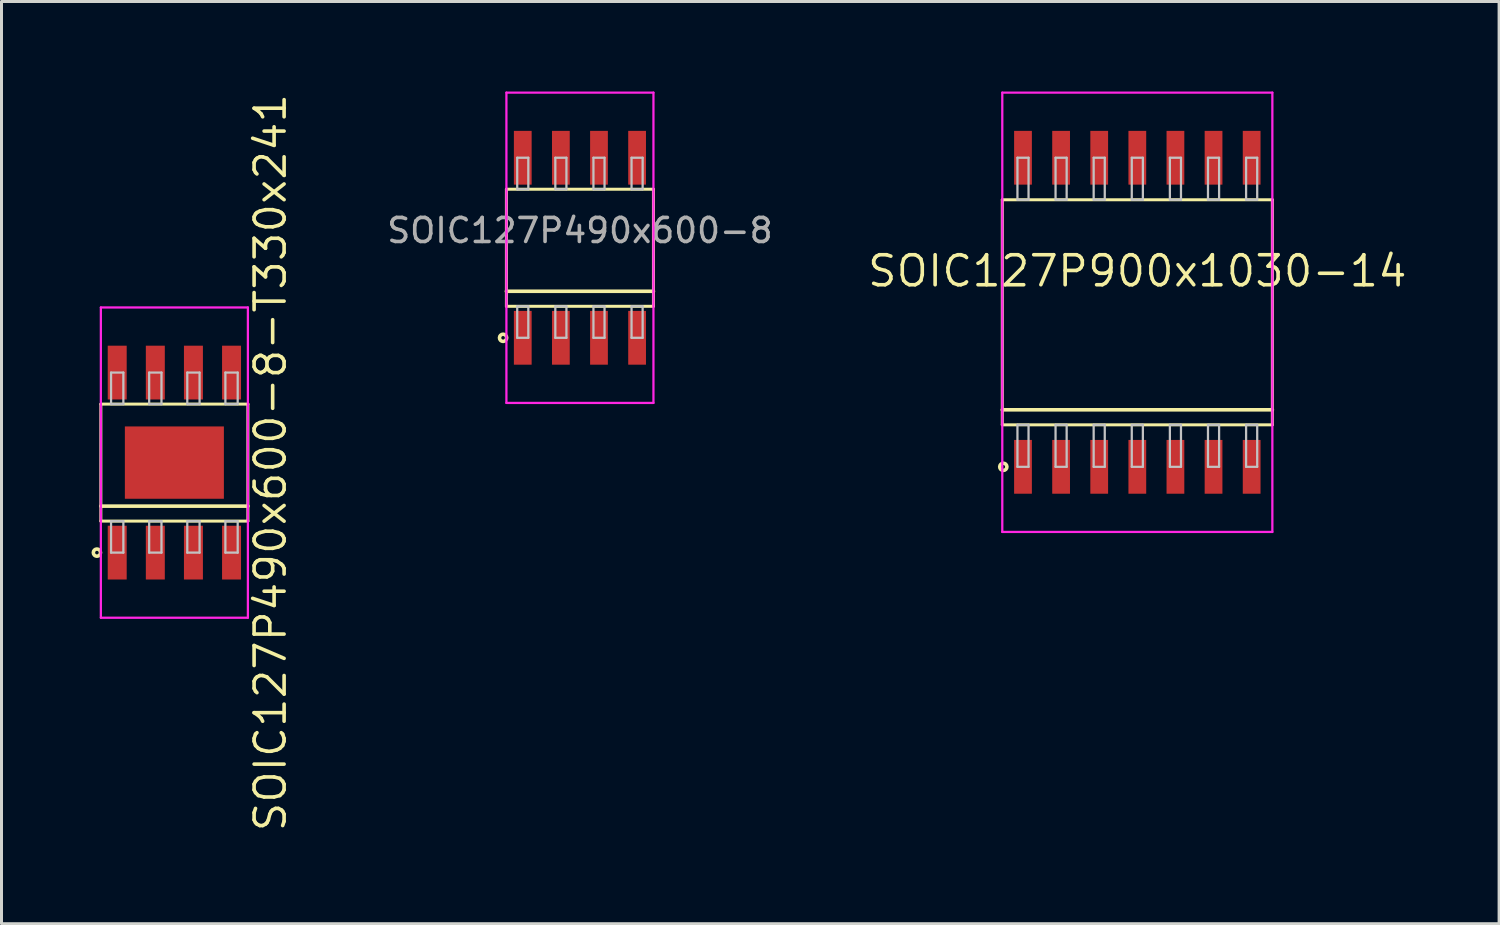
<source format=kicad_pcb>
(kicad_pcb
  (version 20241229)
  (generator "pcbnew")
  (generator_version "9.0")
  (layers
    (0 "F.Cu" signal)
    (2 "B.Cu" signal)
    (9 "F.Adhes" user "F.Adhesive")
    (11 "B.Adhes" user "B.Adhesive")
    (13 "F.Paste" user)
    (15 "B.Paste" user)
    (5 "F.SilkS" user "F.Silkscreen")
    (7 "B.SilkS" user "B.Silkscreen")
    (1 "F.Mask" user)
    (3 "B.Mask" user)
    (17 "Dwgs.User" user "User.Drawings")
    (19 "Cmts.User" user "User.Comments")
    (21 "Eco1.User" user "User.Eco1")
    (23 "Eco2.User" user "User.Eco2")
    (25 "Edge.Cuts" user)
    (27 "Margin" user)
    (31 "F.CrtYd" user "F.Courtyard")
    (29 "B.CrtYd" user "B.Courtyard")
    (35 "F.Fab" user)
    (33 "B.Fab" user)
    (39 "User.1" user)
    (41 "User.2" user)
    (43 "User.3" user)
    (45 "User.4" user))
  (footprint "SOIC127P900x1030-14"
    (layer "F.Cu")
    (at 34.851 7.357)
    (property "Reference" "SOIC127P900x1030-14" (at 0 -1.375 0) (layer "F.SilkS") (effects (font (size 1 1) (thickness 0.12))))
    (attr through_hole)
    (fp_line (start -4.5 -3.75) (end -4.5 3.75) (stroke (width 0.1) (type solid)) (layer "F.SilkS"))
    (fp_line (start -4.5 3.25) (end 4.5 3.25) (stroke (width 0.12) (type solid)) (layer "F.SilkS"))
    (fp_line (start -4.5 3.75) (end 4.5 3.75) (stroke (width 0.1) (type solid)) (layer "F.SilkS"))
    (fp_line (start 4.5 -3.75) (end -4.5 -3.75) (stroke (width 0.1) (type solid)) (layer "F.SilkS"))
    (fp_line (start 4.5 3.75) (end 4.5 -3.75) (stroke (width 0.1) (type solid)) (layer "F.SilkS"))
    (fp_circle (center -4.466 5.15) (end -4.346 5.15) (stroke (width 0.12) (type solid)) (fill no) (layer "F.SilkS"))
    (fp_line (start -3.995 -5.15) (end -3.995 -3.75) (stroke (width 0.075) (type solid)) (layer "Dwgs.User"))
    (fp_line (start -3.995 -3.75) (end -3.625 -3.75) (stroke (width 0.075) (type solid)) (layer "Dwgs.User"))
    (fp_line (start -3.995 3.75) (end -3.625 3.75) (stroke (width 0.075) (type solid)) (layer "Dwgs.User"))
    (fp_line (start -3.995 5.15) (end -3.995 3.75) (stroke (width 0.075) (type solid)) (layer "Dwgs.User"))
    (fp_line (start -3.625 -5.15) (end -3.995 -5.15) (stroke (width 0.075) (type solid)) (layer "Dwgs.User"))
    (fp_line (start -3.625 -3.75) (end -3.625 -5.15) (stroke (width 0.075) (type solid)) (layer "Dwgs.User"))
    (fp_line (start -3.625 3.75) (end -3.625 5.15) (stroke (width 0.075) (type solid)) (layer "Dwgs.User"))
    (fp_line (start -3.625 5.15) (end -3.995 5.15) (stroke (width 0.075) (type solid)) (layer "Dwgs.User"))
    (fp_line (start -2.725 -5.15) (end -2.725 -3.75) (stroke (width 0.075) (type solid)) (layer "Dwgs.User"))
    (fp_line (start -2.725 -3.75) (end -2.355 -3.75) (stroke (width 0.075) (type solid)) (layer "Dwgs.User"))
    (fp_line (start -2.725 3.75) (end -2.355 3.75) (stroke (width 0.075) (type solid)) (layer "Dwgs.User"))
    (fp_line (start -2.725 5.15) (end -2.725 3.75) (stroke (width 0.075) (type solid)) (layer "Dwgs.User"))
    (fp_line (start -2.355 -5.15) (end -2.725 -5.15) (stroke (width 0.075) (type solid)) (layer "Dwgs.User"))
    (fp_line (start -2.355 -3.75) (end -2.355 -5.15) (stroke (width 0.075) (type solid)) (layer "Dwgs.User"))
    (fp_line (start -2.355 3.75) (end -2.355 5.15) (stroke (width 0.075) (type solid)) (layer "Dwgs.User"))
    (fp_line (start -2.355 5.15) (end -2.725 5.15) (stroke (width 0.075) (type solid)) (layer "Dwgs.User"))
    (fp_line (start -1.455 -5.15) (end -1.455 -3.75) (stroke (width 0.075) (type solid)) (layer "Dwgs.User"))
    (fp_line (start -1.455 -3.75) (end -1.085 -3.75) (stroke (width 0.075) (type solid)) (layer "Dwgs.User"))
    (fp_line (start -1.455 3.75) (end -1.085 3.75) (stroke (width 0.075) (type solid)) (layer "Dwgs.User"))
    (fp_line (start -1.455 5.15) (end -1.455 3.75) (stroke (width 0.075) (type solid)) (layer "Dwgs.User"))
    (fp_line (start -1.085 -5.15) (end -1.455 -5.15) (stroke (width 0.075) (type solid)) (layer "Dwgs.User"))
    (fp_line (start -1.085 -3.75) (end -1.085 -5.15) (stroke (width 0.075) (type solid)) (layer "Dwgs.User"))
    (fp_line (start -1.085 3.75) (end -1.085 5.15) (stroke (width 0.075) (type solid)) (layer "Dwgs.User"))
    (fp_line (start -1.085 5.15) (end -1.455 5.15) (stroke (width 0.075) (type solid)) (layer "Dwgs.User"))
    (fp_line (start -0.185 -5.15) (end -0.185 -3.75) (stroke (width 0.075) (type solid)) (layer "Dwgs.User"))
    (fp_line (start -0.185 -3.75) (end 0.185 -3.75) (stroke (width 0.075) (type solid)) (layer "Dwgs.User"))
    (fp_line (start -0.185 3.75) (end 0.185 3.75) (stroke (width 0.075) (type solid)) (layer "Dwgs.User"))
    (fp_line (start -0.185 5.15) (end -0.185 3.75) (stroke (width 0.075) (type solid)) (layer "Dwgs.User"))
    (fp_line (start 0.185 -5.15) (end -0.185 -5.15) (stroke (width 0.075) (type solid)) (layer "Dwgs.User"))
    (fp_line (start 0.185 -3.75) (end 0.185 -5.15) (stroke (width 0.075) (type solid)) (layer "Dwgs.User"))
    (fp_line (start 0.185 3.75) (end 0.185 5.15) (stroke (width 0.075) (type solid)) (layer "Dwgs.User"))
    (fp_line (start 0.185 5.15) (end -0.185 5.15) (stroke (width 0.075) (type solid)) (layer "Dwgs.User"))
    (fp_line (start 1.085 -5.15) (end 1.085 -3.75) (stroke (width 0.075) (type solid)) (layer "Dwgs.User"))
    (fp_line (start 1.085 -3.75) (end 1.455 -3.75) (stroke (width 0.075) (type solid)) (layer "Dwgs.User"))
    (fp_line (start 1.085 3.75) (end 1.455 3.75) (stroke (width 0.075) (type solid)) (layer "Dwgs.User"))
    (fp_line (start 1.085 5.15) (end 1.085 3.75) (stroke (width 0.075) (type solid)) (layer "Dwgs.User"))
    (fp_line (start 1.455 -5.15) (end 1.085 -5.15) (stroke (width 0.075) (type solid)) (layer "Dwgs.User"))
    (fp_line (start 1.455 -3.75) (end 1.455 -5.15) (stroke (width 0.075) (type solid)) (layer "Dwgs.User"))
    (fp_line (start 1.455 3.75) (end 1.455 5.15) (stroke (width 0.075) (type solid)) (layer "Dwgs.User"))
    (fp_line (start 1.455 5.15) (end 1.085 5.15) (stroke (width 0.075) (type solid)) (layer "Dwgs.User"))
    (fp_line (start 2.355 -5.15) (end 2.355 -3.75) (stroke (width 0.075) (type solid)) (layer "Dwgs.User"))
    (fp_line (start 2.355 -3.75) (end 2.725 -3.75) (stroke (width 0.075) (type solid)) (layer "Dwgs.User"))
    (fp_line (start 2.355 3.75) (end 2.725 3.75) (stroke (width 0.075) (type solid)) (layer "Dwgs.User"))
    (fp_line (start 2.355 5.15) (end 2.355 3.75) (stroke (width 0.075) (type solid)) (layer "Dwgs.User"))
    (fp_line (start 2.725 -5.15) (end 2.355 -5.15) (stroke (width 0.075) (type solid)) (layer "Dwgs.User"))
    (fp_line (start 2.725 -3.75) (end 2.725 -5.15) (stroke (width 0.075) (type solid)) (layer "Dwgs.User"))
    (fp_line (start 2.725 3.75) (end 2.725 5.15) (stroke (width 0.075) (type solid)) (layer "Dwgs.User"))
    (fp_line (start 2.725 5.15) (end 2.355 5.15) (stroke (width 0.075) (type solid)) (layer "Dwgs.User"))
    (fp_line (start 3.625 -5.15) (end 3.625 -3.75) (stroke (width 0.075) (type solid)) (layer "Dwgs.User"))
    (fp_line (start 3.625 -3.75) (end 3.995 -3.75) (stroke (width 0.075) (type solid)) (layer "Dwgs.User"))
    (fp_line (start 3.625 3.75) (end 3.995 3.75) (stroke (width 0.075) (type solid)) (layer "Dwgs.User"))
    (fp_line (start 3.625 5.15) (end 3.625 3.75) (stroke (width 0.075) (type solid)) (layer "Dwgs.User"))
    (fp_line (start 3.995 -5.15) (end 3.625 -5.15) (stroke (width 0.075) (type solid)) (layer "Dwgs.User"))
    (fp_line (start 3.995 -3.75) (end 3.995 -5.15) (stroke (width 0.075) (type solid)) (layer "Dwgs.User"))
    (fp_line (start 3.995 3.75) (end 3.995 5.15) (stroke (width 0.075) (type solid)) (layer "Dwgs.User"))
    (fp_line (start 3.995 5.15) (end 3.625 5.15) (stroke (width 0.075) (type solid)) (layer "Dwgs.User"))
    (fp_line (start -0.75 0) (end 0.75 0) (stroke (width 0.12) (type solid)) (layer "Eco1.User"))
    (fp_line (start 0 -0.75) (end 0 0.75) (stroke (width 0.12) (type solid)) (layer "Eco1.User"))
    (fp_circle (center 0 0) (end 0.5 0) (stroke (width 0.12) (type solid)) (fill no) (layer "Eco1.User"))
    (fp_line (start -4.5 -7.32) (end -4.5 7.32) (stroke (width 0.075) (type solid)) (layer "F.CrtYd"))
    (fp_line (start -4.5 7.32) (end 4.5 7.32) (stroke (width 0.075) (type solid)) (layer "F.CrtYd"))
    (fp_line (start 4.5 -7.32) (end -4.5 -7.32) (stroke (width 0.075) (type solid)) (layer "F.CrtYd"))
    (fp_line (start 4.5 7.32) (end 4.5 -7.32) (stroke (width 0.075) (type solid)) (layer "F.CrtYd"))
    (pad "1" smd rect (at -3.81 5.15) (size 0.592 1.792) (layers "F.Cu" "F.Mask" "F.Paste"))
    (pad "2" smd rect (at -2.54 5.15) (size 0.592 1.792) (layers "F.Cu" "F.Mask" "F.Paste"))
    (pad "3" smd rect (at -1.27 5.15) (size 0.592 1.792) (layers "F.Cu" "F.Mask" "F.Paste"))
    (pad "4" smd rect (at 0 5.15) (size 0.592 1.792) (layers "F.Cu" "F.Mask" "F.Paste"))
    (pad "5" smd rect (at 1.27 5.15) (size 0.592 1.792) (layers "F.Cu" "F.Mask" "F.Paste"))
    (pad "6" smd rect (at 2.54 5.15) (size 0.592 1.792) (layers "F.Cu" "F.Mask" "F.Paste"))
    (pad "7" smd rect (at 3.81 5.15) (size 0.592 1.792) (layers "F.Cu" "F.Mask" "F.Paste"))
    (pad "8" smd rect (at 3.81 -5.15) (size 0.592 1.792) (layers "F.Cu" "F.Mask" "F.Paste"))
    (pad "9" smd rect (at 2.54 -5.15) (size 0.592 1.792) (layers "F.Cu" "F.Mask" "F.Paste"))
    (pad "10" smd rect (at 1.27 -5.15) (size 0.592 1.792) (layers "F.Cu" "F.Mask" "F.Paste"))
    (pad "11" smd rect (at 0 -5.15) (size 0.592 1.792) (layers "F.Cu" "F.Mask" "F.Paste"))
    (pad "12" smd rect (at -1.27 -5.15) (size 0.592 1.792) (layers "F.Cu" "F.Mask" "F.Paste"))
    (pad "13" smd rect (at -2.54 -5.15) (size 0.592 1.792) (layers "F.Cu" "F.Mask" "F.Paste"))
    (pad "14" smd rect (at -3.81 -5.15) (size 0.592 1.792) (layers "F.Cu" "F.Mask" "F.Paste")))
  (footprint "SOIC127P490x600-8"
    (layer "F.Cu")
    (at 16.276 5.207)
    (property "Reference" "SOIC127P490x600-8" (at 0 -0.575 0) (layer "F.Fab") (effects (font (size 0.8 0.8) (thickness 0.12))))
    (attr through_hole)
    (fp_line (start -2.45 -1.95) (end -2.45 1.95) (stroke (width 0.1) (type solid)) (layer "F.SilkS"))
    (fp_line (start -2.45 1.45) (end 2.45 1.45) (stroke (width 0.12) (type solid)) (layer "F.SilkS"))
    (fp_line (start -2.45 1.95) (end 2.45 1.95) (stroke (width 0.1) (type solid)) (layer "F.SilkS"))
    (fp_line (start 2.45 -1.95) (end -2.45 -1.95) (stroke (width 0.1) (type solid)) (layer "F.SilkS"))
    (fp_line (start 2.45 1.95) (end 2.45 -1.95) (stroke (width 0.1) (type solid)) (layer "F.SilkS"))
    (fp_circle (center -2.561 3) (end -2.441 3) (stroke (width 0.12) (type solid)) (fill no) (layer "F.SilkS"))
    (fp_line (start -2.09 -3) (end -2.09 -1.95) (stroke (width 0.075) (type solid)) (layer "Dwgs.User"))
    (fp_line (start -2.09 -1.95) (end -1.72 -1.95) (stroke (width 0.075) (type solid)) (layer "Dwgs.User"))
    (fp_line (start -2.09 1.95) (end -1.72 1.95) (stroke (width 0.075) (type solid)) (layer "Dwgs.User"))
    (fp_line (start -2.09 3) (end -2.09 1.95) (stroke (width 0.075) (type solid)) (layer "Dwgs.User"))
    (fp_line (start -1.72 -3) (end -2.09 -3) (stroke (width 0.075) (type solid)) (layer "Dwgs.User"))
    (fp_line (start -1.72 -1.95) (end -1.72 -3) (stroke (width 0.075) (type solid)) (layer "Dwgs.User"))
    (fp_line (start -1.72 1.95) (end -1.72 3) (stroke (width 0.075) (type solid)) (layer "Dwgs.User"))
    (fp_line (start -1.72 3) (end -2.09 3) (stroke (width 0.075) (type solid)) (layer "Dwgs.User"))
    (fp_line (start -0.82 -3) (end -0.82 -1.95) (stroke (width 0.075) (type solid)) (layer "Dwgs.User"))
    (fp_line (start -0.82 -1.95) (end -0.45 -1.95) (stroke (width 0.075) (type solid)) (layer "Dwgs.User"))
    (fp_line (start -0.82 1.95) (end -0.45 1.95) (stroke (width 0.075) (type solid)) (layer "Dwgs.User"))
    (fp_line (start -0.82 3) (end -0.82 1.95) (stroke (width 0.075) (type solid)) (layer "Dwgs.User"))
    (fp_line (start -0.45 -3) (end -0.82 -3) (stroke (width 0.075) (type solid)) (layer "Dwgs.User"))
    (fp_line (start -0.45 -1.95) (end -0.45 -3) (stroke (width 0.075) (type solid)) (layer "Dwgs.User"))
    (fp_line (start -0.45 1.95) (end -0.45 3) (stroke (width 0.075) (type solid)) (layer "Dwgs.User"))
    (fp_line (start -0.45 3) (end -0.82 3) (stroke (width 0.075) (type solid)) (layer "Dwgs.User"))
    (fp_line (start 0.45 -3) (end 0.45 -1.95) (stroke (width 0.075) (type solid)) (layer "Dwgs.User"))
    (fp_line (start 0.45 -1.95) (end 0.82 -1.95) (stroke (width 0.075) (type solid)) (layer "Dwgs.User"))
    (fp_line (start 0.45 1.95) (end 0.82 1.95) (stroke (width 0.075) (type solid)) (layer "Dwgs.User"))
    (fp_line (start 0.45 3) (end 0.45 1.95) (stroke (width 0.075) (type solid)) (layer "Dwgs.User"))
    (fp_line (start 0.82 -3) (end 0.45 -3) (stroke (width 0.075) (type solid)) (layer "Dwgs.User"))
    (fp_line (start 0.82 -1.95) (end 0.82 -3) (stroke (width 0.075) (type solid)) (layer "Dwgs.User"))
    (fp_line (start 0.82 1.95) (end 0.82 3) (stroke (width 0.075) (type solid)) (layer "Dwgs.User"))
    (fp_line (start 0.82 3) (end 0.45 3) (stroke (width 0.075) (type solid)) (layer "Dwgs.User"))
    (fp_line (start 1.72 -3) (end 1.72 -1.95) (stroke (width 0.075) (type solid)) (layer "Dwgs.User"))
    (fp_line (start 1.72 -1.95) (end 2.09 -1.95) (stroke (width 0.075) (type solid)) (layer "Dwgs.User"))
    (fp_line (start 1.72 1.95) (end 2.09 1.95) (stroke (width 0.075) (type solid)) (layer "Dwgs.User"))
    (fp_line (start 1.72 3) (end 1.72 1.95) (stroke (width 0.075) (type solid)) (layer "Dwgs.User"))
    (fp_line (start 2.09 -3) (end 1.72 -3) (stroke (width 0.075) (type solid)) (layer "Dwgs.User"))
    (fp_line (start 2.09 -1.95) (end 2.09 -3) (stroke (width 0.075) (type solid)) (layer "Dwgs.User"))
    (fp_line (start 2.09 1.95) (end 2.09 3) (stroke (width 0.075) (type solid)) (layer "Dwgs.User"))
    (fp_line (start 2.09 3) (end 1.72 3) (stroke (width 0.075) (type solid)) (layer "Dwgs.User"))
    (fp_line (start -0.75 0) (end 0.75 0) (stroke (width 0.12) (type solid)) (layer "Eco1.User"))
    (fp_line (start 0 -0.75) (end 0 0.75) (stroke (width 0.12) (type solid)) (layer "Eco1.User"))
    (fp_circle (center 0 0) (end 0.5 0) (stroke (width 0.12) (type solid)) (fill no) (layer "Eco1.User"))
    (fp_line (start -2.45 -5.17) (end -2.45 5.17) (stroke (width 0.075) (type solid)) (layer "F.CrtYd"))
    (fp_line (start -2.45 5.17) (end 2.45 5.17) (stroke (width 0.075) (type solid)) (layer "F.CrtYd"))
    (fp_line (start 2.45 -5.17) (end -2.45 -5.17) (stroke (width 0.075) (type solid)) (layer "F.CrtYd"))
    (fp_line (start 2.45 5.17) (end 2.45 -5.17) (stroke (width 0.075) (type solid)) (layer "F.CrtYd"))
    (pad "1" smd rect (at -1.905 3) (size 0.592 1.792) (layers "F.Cu" "F.Mask" "F.Paste"))
    (pad "2" smd rect (at -0.635 3) (size 0.592 1.792) (layers "F.Cu" "F.Mask" "F.Paste"))
    (pad "3" smd rect (at 0.635 3) (size 0.592 1.792) (layers "F.Cu" "F.Mask" "F.Paste"))
    (pad "4" smd rect (at 1.905 3) (size 0.592 1.792) (layers "F.Cu" "F.Mask" "F.Paste"))
    (pad "5" smd rect (at 1.905 -3) (size 0.592 1.792) (layers "F.Cu" "F.Mask" "F.Paste"))
    (pad "6" smd rect (at 0.635 -3) (size 0.592 1.792) (layers "F.Cu" "F.Mask" "F.Paste"))
    (pad "7" smd rect (at -0.635 -3) (size 0.592 1.792) (layers "F.Cu" "F.Mask" "F.Paste"))
    (pad "8" smd rect (at -1.905 -3) (size 0.592 1.792) (layers "F.Cu" "F.Mask" "F.Paste")))
  (footprint "SOIC127P490x600-8-T330x241"
    (layer "F.Cu")
    (at 2.761 12.366)
    (property "Reference" "SOIC127P490x600-8-T330x241" (at 3.2 0 90) (layer "F.SilkS") (effects (font (size 1 1) (thickness 0.12))))
    (attr through_hole)
    (fp_line (start -2.45 -1.95) (end -2.45 1.95) (stroke (width 0.1) (type solid)) (layer "F.SilkS"))
    (fp_line (start -2.45 1.45) (end 2.45 1.45) (stroke (width 0.12) (type solid)) (layer "F.SilkS"))
    (fp_line (start -2.45 1.95) (end 2.45 1.95) (stroke (width 0.1) (type solid)) (layer "F.SilkS"))
    (fp_line (start 2.45 -1.95) (end -2.45 -1.95) (stroke (width 0.1) (type solid)) (layer "F.SilkS"))
    (fp_line (start 2.45 1.95) (end 2.45 -1.95) (stroke (width 0.1) (type solid)) (layer "F.SilkS"))
    (fp_circle (center -2.581 3) (end -2.461 3) (stroke (width 0.12) (type solid)) (fill no) (layer "F.SilkS"))
    (fp_line (start -2.11 -3) (end -2.11 -1.95) (stroke (width 0.075) (type solid)) (layer "Dwgs.User"))
    (fp_line (start -2.11 -1.95) (end -1.7 -1.95) (stroke (width 0.075) (type solid)) (layer "Dwgs.User"))
    (fp_line (start -2.11 1.95) (end -1.7 1.95) (stroke (width 0.075) (type solid)) (layer "Dwgs.User"))
    (fp_line (start -2.11 3) (end -2.11 1.95) (stroke (width 0.075) (type solid)) (layer "Dwgs.User"))
    (fp_line (start -1.7 -3) (end -2.11 -3) (stroke (width 0.075) (type solid)) (layer "Dwgs.User"))
    (fp_line (start -1.7 -1.95) (end -1.7 -3) (stroke (width 0.075) (type solid)) (layer "Dwgs.User"))
    (fp_line (start -1.7 1.95) (end -1.7 3) (stroke (width 0.075) (type solid)) (layer "Dwgs.User"))
    (fp_line (start -1.7 3) (end -2.11 3) (stroke (width 0.075) (type solid)) (layer "Dwgs.User"))
    (fp_line (start -0.84 -3) (end -0.84 -1.95) (stroke (width 0.075) (type solid)) (layer "Dwgs.User"))
    (fp_line (start -0.84 -1.95) (end -0.43 -1.95) (stroke (width 0.075) (type solid)) (layer "Dwgs.User"))
    (fp_line (start -0.84 1.95) (end -0.43 1.95) (stroke (width 0.075) (type solid)) (layer "Dwgs.User"))
    (fp_line (start -0.84 3) (end -0.84 1.95) (stroke (width 0.075) (type solid)) (layer "Dwgs.User"))
    (fp_line (start -0.43 -3) (end -0.84 -3) (stroke (width 0.075) (type solid)) (layer "Dwgs.User"))
    (fp_line (start -0.43 -1.95) (end -0.43 -3) (stroke (width 0.075) (type solid)) (layer "Dwgs.User"))
    (fp_line (start -0.43 1.95) (end -0.43 3) (stroke (width 0.075) (type solid)) (layer "Dwgs.User"))
    (fp_line (start -0.43 3) (end -0.84 3) (stroke (width 0.075) (type solid)) (layer "Dwgs.User"))
    (fp_line (start 0.43 -3) (end 0.43 -1.95) (stroke (width 0.075) (type solid)) (layer "Dwgs.User"))
    (fp_line (start 0.43 -1.95) (end 0.84 -1.95) (stroke (width 0.075) (type solid)) (layer "Dwgs.User"))
    (fp_line (start 0.43 1.95) (end 0.84 1.95) (stroke (width 0.075) (type solid)) (layer "Dwgs.User"))
    (fp_line (start 0.43 3) (end 0.43 1.95) (stroke (width 0.075) (type solid)) (layer "Dwgs.User"))
    (fp_line (start 0.84 -3) (end 0.43 -3) (stroke (width 0.075) (type solid)) (layer "Dwgs.User"))
    (fp_line (start 0.84 -1.95) (end 0.84 -3) (stroke (width 0.075) (type solid)) (layer "Dwgs.User"))
    (fp_line (start 0.84 1.95) (end 0.84 3) (stroke (width 0.075) (type solid)) (layer "Dwgs.User"))
    (fp_line (start 0.84 3) (end 0.43 3) (stroke (width 0.075) (type solid)) (layer "Dwgs.User"))
    (fp_line (start 1.7 -3) (end 1.7 -1.95) (stroke (width 0.075) (type solid)) (layer "Dwgs.User"))
    (fp_line (start 1.7 -1.95) (end 2.11 -1.95) (stroke (width 0.075) (type solid)) (layer "Dwgs.User"))
    (fp_line (start 1.7 1.95) (end 2.11 1.95) (stroke (width 0.075) (type solid)) (layer "Dwgs.User"))
    (fp_line (start 1.7 3) (end 1.7 1.95) (stroke (width 0.075) (type solid)) (layer "Dwgs.User"))
    (fp_line (start 2.11 -3) (end 1.7 -3) (stroke (width 0.075) (type solid)) (layer "Dwgs.User"))
    (fp_line (start 2.11 -1.95) (end 2.11 -3) (stroke (width 0.075) (type solid)) (layer "Dwgs.User"))
    (fp_line (start 2.11 1.95) (end 2.11 3) (stroke (width 0.075) (type solid)) (layer "Dwgs.User"))
    (fp_line (start 2.11 3) (end 1.7 3) (stroke (width 0.075) (type solid)) (layer "Dwgs.User"))
    (fp_line (start -0.75 0) (end 0.75 0) (stroke (width 0.12) (type solid)) (layer "Eco1.User"))
    (fp_line (start 0 -0.75) (end 0 0.75) (stroke (width 0.12) (type solid)) (layer "Eco1.User"))
    (fp_circle (center 0 0) (end 0.5 0) (stroke (width 0.12) (type solid)) (fill no) (layer "Eco1.User"))
    (fp_line (start -2.45 -5.17) (end -2.45 5.17) (stroke (width 0.075) (type solid)) (layer "F.CrtYd"))
    (fp_line (start -2.45 5.17) (end 2.45 5.17) (stroke (width 0.075) (type solid)) (layer "F.CrtYd"))
    (fp_line (start 2.45 -5.17) (end -2.45 -5.17) (stroke (width 0.075) (type solid)) (layer "F.CrtYd"))
    (fp_line (start 2.45 5.17) (end 2.45 -5.17) (stroke (width 0.075) (type solid)) (layer "F.CrtYd"))
    (pad "1" smd rect (at -1.905 3) (size 0.632 1.792) (layers "F.Cu" "F.Mask" "F.Paste"))
    (pad "2" smd rect (at -0.635 3) (size 0.632 1.792) (layers "F.Cu" "F.Mask" "F.Paste"))
    (pad "3" smd rect (at 0.635 3) (size 0.632 1.792) (layers "F.Cu" "F.Mask" "F.Paste"))
    (pad "4" smd rect (at 1.905 3) (size 0.632 1.792) (layers "F.Cu" "F.Mask" "F.Paste"))
    (pad "5" smd rect (at 1.905 -3) (size 0.632 1.792) (layers "F.Cu" "F.Mask" "F.Paste"))
    (pad "6" smd rect (at 0.635 -3) (size 0.632 1.792) (layers "F.Cu" "F.Mask" "F.Paste"))
    (pad "7" smd rect (at -0.635 -3) (size 0.632 1.792) (layers "F.Cu" "F.Mask" "F.Paste"))
    (pad "8" smd rect (at -1.905 -3) (size 0.632 1.792) (layers "F.Cu" "F.Mask" "F.Paste"))
    (pad "EP" smd rect (at 0 0) (size 3.3 2.41) (layers "F.Cu" "F.Mask" "F.Paste")))
  (gr_rect
    (start -3 -3)
    (end 46.907 27.731)
    (stroke (width 0.1) (type default))
    (fill no)
    (layer "Edge.Cuts")))
</source>
